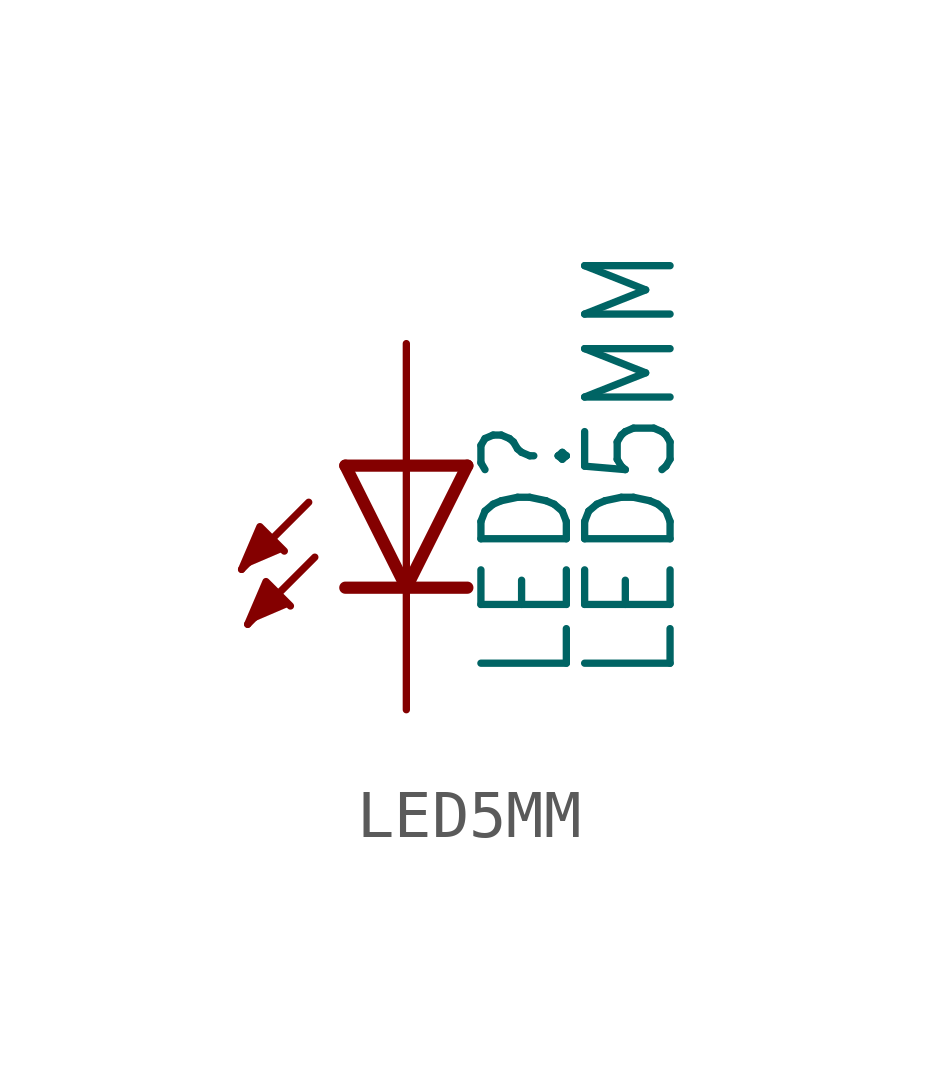
<source format=kicad_sym>
(kicad_symbol_lib
  (version 20211014)
  (generator kicad_symbol_editor)
  (symbol "LED5MM"
    (property "Reference" "LED"
      (at 3.556 -4.572 90)
      (effects (font (size 1.778 1.511)) (justify left bottom)))
    (property "Value" "LED5MM"
      (at 5.715 -4.572 90)
      (effects (font (size 1.778 1.511)) (justify left bottom)))
    (property "ki_locked" ""
      (at 0 0 0)
      (effects (font (size 1.27 1.27))))
    (symbol "LED5MM_1_0"
      (polyline (pts (xy -2.032 -0.762) (xy -3.429 -2.159)) (stroke (width 0.152) (type default) (color 0 0 0 0)) (fill (type none)))
      (polyline (pts (xy -1.905 -1.905) (xy -3.302 -3.302)) (stroke (width 0.152) (type default) (color 0 0 0 0)) (fill (type none)))
      (polyline (pts (xy 0 -2.54) (xy -1.27 -2.54)) (stroke (width 0.254) (type default) (color 0 0 0 0)) (fill (type none)))
      (polyline (pts (xy 0 -2.54) (xy -1.27 0)) (stroke (width 0.254) (type default) (color 0 0 0 0)) (fill (type none)))
      (polyline (pts (xy 0 0) (xy -1.27 0)) (stroke (width 0.254) (type default) (color 0 0 0 0)) (fill (type none)))
      (polyline (pts (xy 0 0) (xy 0 -2.54)) (stroke (width 0.152) (type default) (color 0 0 0 0)) (fill (type none)))
      (polyline (pts (xy 1.27 -2.54) (xy 0 -2.54)) (stroke (width 0.254) (type default) (color 0 0 0 0)) (fill (type none)))
      (polyline (pts (xy 1.27 0) (xy 0 -2.54)) (stroke (width 0.254) (type default) (color 0 0 0 0)) (fill (type none)))
      (polyline (pts (xy 1.27 0) (xy 0 0)) (stroke (width 0.254) (type default) (color 0 0 0 0)) (fill (type none)))
      (polyline (pts (xy -3.429 -2.159) (xy -3.048 -1.27) (xy -2.54 -1.778)) (stroke (width 0) (type default) (color 0 0 0 0)) (fill (type outline)))
      (polyline (pts (xy -3.302 -3.302) (xy -2.921 -2.413) (xy -2.413 -2.921)) (stroke (width 0) (type default) (color 0 0 0 0)) (fill (type outline)))
      (pin passive line (at 0 2.54 270) (length 2.54) (name "A" (effects (font (size 0 0)))) (number "A" (effects (font (size 0 0)))))
      (pin passive line (at 0 -5.08 90) (length 2.54) (name "C" (effects (font (size 0 0)))) (number "K" (effects (font (size 0 0))))))))
</source>
